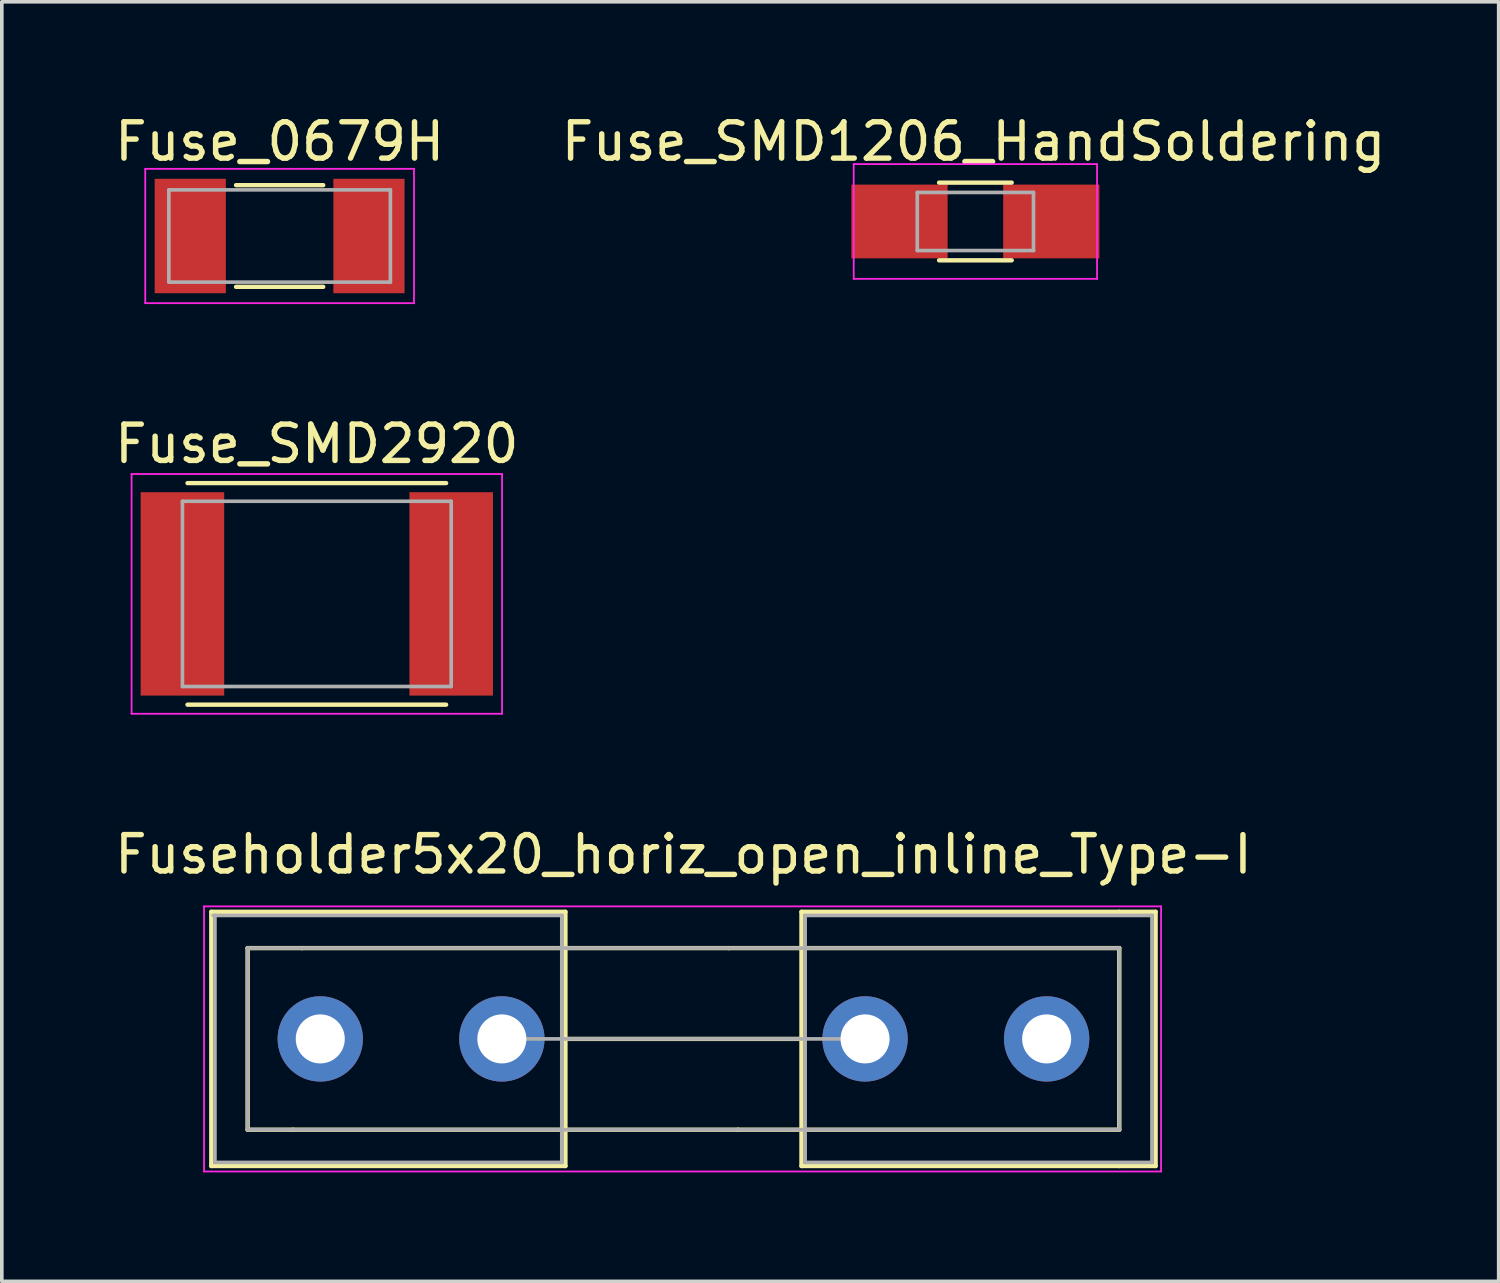
<source format=kicad_pcb>
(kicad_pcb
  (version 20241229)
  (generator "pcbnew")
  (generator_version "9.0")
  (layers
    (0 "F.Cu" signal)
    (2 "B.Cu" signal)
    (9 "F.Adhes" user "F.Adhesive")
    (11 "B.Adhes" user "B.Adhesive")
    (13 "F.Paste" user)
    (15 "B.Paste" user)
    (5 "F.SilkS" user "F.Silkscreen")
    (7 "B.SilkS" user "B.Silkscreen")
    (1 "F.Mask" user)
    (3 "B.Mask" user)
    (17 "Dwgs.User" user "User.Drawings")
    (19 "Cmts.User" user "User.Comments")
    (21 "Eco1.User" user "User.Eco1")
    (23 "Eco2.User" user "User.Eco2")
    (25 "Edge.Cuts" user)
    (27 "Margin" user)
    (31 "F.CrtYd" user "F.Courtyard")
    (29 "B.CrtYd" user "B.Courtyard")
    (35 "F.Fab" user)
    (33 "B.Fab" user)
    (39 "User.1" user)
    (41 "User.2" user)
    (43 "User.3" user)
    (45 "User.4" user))
  (footprint "Fuse_SMD2920"
    (layer "F.Cu")
    (at 5.673 13.302)
    (property "Reference" "Fuse_SMD2920" (at 0 -4.13 0) (layer "F.SilkS") (effects (font (size 1 1) (thickness 0.15))))
    (attr smd)
    (fp_line (start -3.56 -3.05) (end 3.56 -3.05) (stroke (width 0.12) (type solid)) (layer "F.SilkS"))
    (fp_line (start -3.56 3.05) (end 3.56 3.05) (stroke (width 0.12) (type solid)) (layer "F.SilkS"))
    (fp_line (start -5.1 -3.3) (end -5.1 3.3) (stroke (width 0.05) (type solid)) (layer "F.CrtYd"))
    (fp_line (start -5.1 -3.3) (end 5.1 -3.3) (stroke (width 0.05) (type solid)) (layer "F.CrtYd"))
    (fp_line (start -5.1 3.3) (end 5.1 3.3) (stroke (width 0.05) (type solid)) (layer "F.CrtYd"))
    (fp_line (start 5.1 -3.3) (end 5.1 3.3) (stroke (width 0.05) (type solid)) (layer "F.CrtYd"))
    (fp_line (start -3.7 -2.55) (end 3.7 -2.55) (stroke (width 0.1) (type solid)) (layer "F.Fab"))
    (fp_line (start -3.7 2.55) (end -3.7 -2.55) (stroke (width 0.1) (type solid)) (layer "F.Fab"))
    (fp_line (start 3.7 -2.55) (end 3.7 2.55) (stroke (width 0.1) (type solid)) (layer "F.Fab"))
    (fp_line (start 3.7 2.55) (end -3.7 2.55) (stroke (width 0.1) (type solid)) (layer "F.Fab"))
    (pad "1" smd rect (at -3.7 0 90) (size 5.6 2.3) (layers "F.Cu" "F.Mask" "F.Paste"))
    (pad "2" smd rect (at 3.7 0 90) (size 5.6 2.3) (layers "F.Cu" "F.Mask" "F.Paste")))
  (footprint "Fuse_0679H"
    (layer "F.Cu")
    (at 4.649 3.448)
    (property "Reference" "Fuse_0679H" (at 0 -2.6 0) (layer "F.SilkS") (effects (font (size 1 1) (thickness 0.15))))
    (attr smd)
    (fp_line (start -1.2 -1.4) (end 1.2 -1.4) (stroke (width 0.12) (type solid)) (layer "F.SilkS"))
    (fp_line (start -1.2 1.4) (end 1.2 1.4) (stroke (width 0.12) (type solid)) (layer "F.SilkS"))
    (fp_line (start -3.7 -1.85) (end 3.7 -1.85) (stroke (width 0.05) (type solid)) (layer "F.CrtYd"))
    (fp_line (start -3.7 1.85) (end -3.7 -1.85) (stroke (width 0.05) (type solid)) (layer "F.CrtYd"))
    (fp_line (start 3.7 -1.85) (end 3.7 1.85) (stroke (width 0.05) (type solid)) (layer "F.CrtYd"))
    (fp_line (start 3.7 1.85) (end -3.7 1.85) (stroke (width 0.05) (type solid)) (layer "F.CrtYd"))
    (fp_line (start -3.05 -1.27) (end 3.05 -1.27) (stroke (width 0.1) (type solid)) (layer "F.Fab"))
    (fp_line (start -3.05 1.27) (end -3.05 -1.27) (stroke (width 0.1) (type solid)) (layer "F.Fab"))
    (fp_line (start 3.05 -1.27) (end 3.05 1.27) (stroke (width 0.1) (type solid)) (layer "F.Fab"))
    (fp_line (start 3.05 1.27) (end -3.05 1.27) (stroke (width 0.1) (type solid)) (layer "F.Fab"))
    (pad "1" smd rect (at -2.46 0) (size 1.96 3.15) (layers "F.Cu" "F.Mask" "F.Paste"))
    (pad "2" smd rect (at 2.46 0) (size 1.96 3.15) (layers "F.Cu" "F.Mask" "F.Paste")))
  (footprint "Fuseholder5x20_horiz_open_inline_Type-I"
    (layer "F.Cu")
    (at 5.768 25.555)
    (property "Reference" "Fuseholder5x20_horiz_open_inline_Type-I" (at 10 -5.08 0) (layer "F.SilkS") (effects (font (size 1 1) (thickness 0.15))))
    (attr through_hole)
    (fp_line (start -3 -3.5) (end -3 3.5) (stroke (width 0.12) (type solid)) (layer "F.SilkS"))
    (fp_line (start -2 -2.5) (end -2 2.5) (stroke (width 0.12) (type solid)) (layer "F.SilkS"))
    (fp_line (start -0.75 2.5) (end -2 2.5) (stroke (width 0.12) (type solid)) (layer "F.SilkS"))
    (fp_line (start -0.5 -2.5) (end -2 -2.5) (stroke (width 0.12) (type solid)) (layer "F.SilkS"))
    (fp_line (start 6.75 -3.5) (end -3 -3.5) (stroke (width 0.12) (type solid)) (layer "F.SilkS"))
    (fp_line (start 6.75 -3.5) (end 6.75 3.5) (stroke (width 0.12) (type solid)) (layer "F.SilkS"))
    (fp_line (start 6.75 3.5) (end -3 3.5) (stroke (width 0.12) (type solid)) (layer "F.SilkS"))
    (fp_line (start 11.25 -2.5) (end -0.5 -2.5) (stroke (width 0.12) (type solid)) (layer "F.SilkS"))
    (fp_line (start 11.5 2.5) (end -0.75 2.5) (stroke (width 0.12) (type solid)) (layer "F.SilkS"))
    (fp_line (start 13.25 -3.5) (end 13.25 3.5) (stroke (width 0.12) (type solid)) (layer "F.SilkS"))
    (fp_line (start 13.25 0) (end 6.75 0) (stroke (width 0.12) (type solid)) (layer "F.SilkS"))
    (fp_line (start 22 -3.5) (end 13.25 -3.5) (stroke (width 0.12) (type solid)) (layer "F.SilkS"))
    (fp_line (start 22 -2.5) (end 11.25 -2.5) (stroke (width 0.12) (type solid)) (layer "F.SilkS"))
    (fp_line (start 22 -2.5) (end 22 2.5) (stroke (width 0.12) (type solid)) (layer "F.SilkS"))
    (fp_line (start 22 2.5) (end 11.5 2.5) (stroke (width 0.12) (type solid)) (layer "F.SilkS"))
    (fp_line (start 22 3.5) (end 13.25 3.5) (stroke (width 0.12) (type solid)) (layer "F.SilkS"))
    (fp_line (start 23 -3.5) (end 22 -3.5) (stroke (width 0.12) (type solid)) (layer "F.SilkS"))
    (fp_line (start 23 -3.5) (end 23 3.5) (stroke (width 0.12) (type solid)) (layer "F.SilkS"))
    (fp_line (start 23 3.5) (end 22 3.5) (stroke (width 0.12) (type solid)) (layer "F.SilkS"))
    (fp_line (start -3.2 -3.65) (end -3.2 3.65) (stroke (width 0.05) (type solid)) (layer "F.CrtYd"))
    (fp_line (start -3.2 -3.65) (end 23.15 -3.65) (stroke (width 0.05) (type solid)) (layer "F.CrtYd"))
    (fp_line (start 23.15 3.65) (end -3.2 3.65) (stroke (width 0.05) (type solid)) (layer "F.CrtYd"))
    (fp_line (start 23.15 3.65) (end 23.15 -3.65) (stroke (width 0.05) (type solid)) (layer "F.CrtYd"))
    (fp_line (start -2.95 -3.4) (end 6.65 -3.4) (stroke (width 0.1) (type solid)) (layer "F.Fab"))
    (fp_line (start -2.9 3.4) (end -2.9 -3.4) (stroke (width 0.1) (type solid)) (layer "F.Fab"))
    (fp_line (start -2 -2.5) (end 22 -2.5) (stroke (width 0.1) (type solid)) (layer "F.Fab"))
    (fp_line (start -2 2.5) (end -2 -2.5) (stroke (width 0.1) (type solid)) (layer "F.Fab"))
    (fp_line (start 5 0) (end 15 0) (stroke (width 0.1) (type solid)) (layer "F.Fab"))
    (fp_line (start 6.65 -3.4) (end 6.65 3.4) (stroke (width 0.1) (type solid)) (layer "F.Fab"))
    (fp_line (start 6.65 3.4) (end -2.9 3.4) (stroke (width 0.1) (type solid)) (layer "F.Fab"))
    (fp_line (start 13.35 -3.4) (end 13.35 3.4) (stroke (width 0.1) (type solid)) (layer "F.Fab"))
    (fp_line (start 13.35 3.4) (end 22.9 3.4) (stroke (width 0.1) (type solid)) (layer "F.Fab"))
    (fp_line (start 22 -2.5) (end 22 2.5) (stroke (width 0.1) (type solid)) (layer "F.Fab"))
    (fp_line (start 22 2.5) (end -2 2.5) (stroke (width 0.1) (type solid)) (layer "F.Fab"))
    (fp_line (start 22.9 -3.4) (end 13.35 -3.4) (stroke (width 0.1) (type solid)) (layer "F.Fab"))
    (fp_line (start 22.9 3.4) (end 22.9 -3.4) (stroke (width 0.1) (type solid)) (layer "F.Fab"))
    (pad "1" thru_hole circle (at 0 0) (size 2.35 2.35) (drill 1.35) (layers "*.Cu" "*.Mask"))
    (pad "1" thru_hole circle (at 5 0) (size 2.35 2.35) (drill 1.35) (layers "*.Cu" "*.Mask"))
    (pad "2" thru_hole circle (at 15 0) (size 2.35 2.35) (drill 1.35) (layers "*.Cu" "*.Mask"))
    (pad "2" thru_hole circle (at 20 0) (size 2.35 2.35) (drill 1.35) (layers "*.Cu" "*.Mask")))
  (footprint "Fuse_SMD1206_HandSoldering"
    (layer "F.Cu")
    (at 23.806 3.048)
    (property "Reference" "Fuse_SMD1206_HandSoldering" (at -0.05 -2.2 0) (layer "F.SilkS") (effects (font (size 1 1) (thickness 0.15))))
    (attr smd)
    (fp_line (start -1 -1.07) (end 1 -1.07) (stroke (width 0.12) (type solid)) (layer "F.SilkS"))
    (fp_line (start 1 1.07) (end -1 1.07) (stroke (width 0.12) (type solid)) (layer "F.SilkS"))
    (fp_line (start -3.35 -1.58) (end -3.35 1.58) (stroke (width 0.05) (type solid)) (layer "F.CrtYd"))
    (fp_line (start -3.35 -1.58) (end 3.35 -1.58) (stroke (width 0.05) (type solid)) (layer "F.CrtYd"))
    (fp_line (start 3.35 1.58) (end -3.35 1.58) (stroke (width 0.05) (type solid)) (layer "F.CrtYd"))
    (fp_line (start 3.35 1.58) (end 3.35 -1.58) (stroke (width 0.05) (type solid)) (layer "F.CrtYd"))
    (fp_line (start -1.6 -0.8) (end 1.6 -0.8) (stroke (width 0.1) (type solid)) (layer "F.Fab"))
    (fp_line (start -1.6 0.8) (end -1.6 -0.8) (stroke (width 0.1) (type solid)) (layer "F.Fab"))
    (fp_line (start 1.6 -0.8) (end 1.6 0.8) (stroke (width 0.1) (type solid)) (layer "F.Fab"))
    (fp_line (start 1.6 0.8) (end -1.6 0.8) (stroke (width 0.1) (type solid)) (layer "F.Fab"))
    (pad "1" smd rect (at -2.09 0 90) (size 2.03 2.65) (layers "F.Cu" "F.Mask" "F.Paste"))
    (pad "2" smd rect (at 2.09 0 90) (size 2.03 2.65) (layers "F.Cu" "F.Mask" "F.Paste")))
  (gr_rect
    (start -3 -3)
    (end 38.214 32.23)
    (stroke (width 0.1) (type default))
    (fill no)
    (layer "Edge.Cuts")))
</source>
